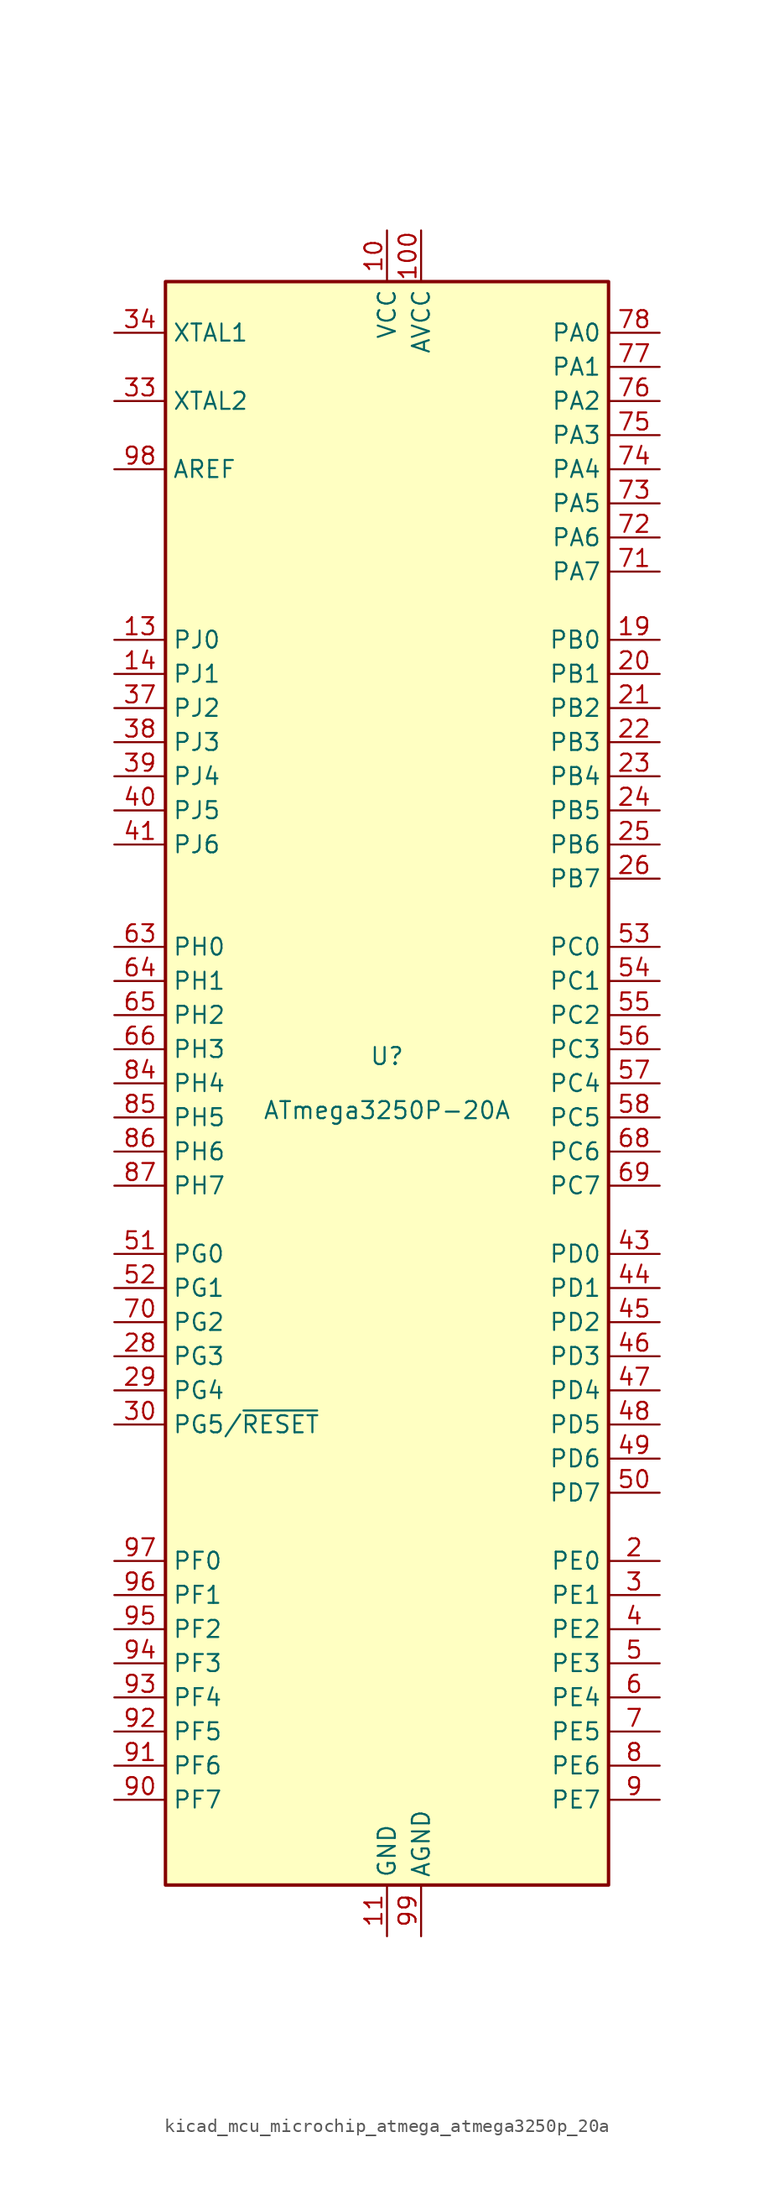
<source format=kicad_sym>
(kicad_symbol_lib
  (version 20220914)
  (generator kicad_symbol_editor)
  (symbol "kicad_mcu_microchip_atmega_atmega3250p_20a"
    (property "Reference" "U"
      (at 0 1.27 0)
      (effects (font (size 1.27 1.27)) (justify bottom)))
    (property "Value" "ATmega3250P-20A"
      (at 0 -1.27 0)
      (effects (font (size 1.27 1.27)) (justify top)))
    (symbol "kicad_mcu_microchip_atmega_atmega3250p_20a_0_1"
      (rectangle (start -16.51 -59.69) (end 16.51 59.69) (stroke (width 0.254) (type default)) (fill (type background))))
    (symbol "kicad_mcu_microchip_atmega_atmega3250p_20a_1_1"
      (pin no_connect line (at -15.24 40.64 0) (length 2.54) hide (name "NC" (effects (font (size 1.27 1.27)))) (number "1" (effects (font (size 1.27 1.27)))))
      (pin power_in line (at 0 63.5 270) (length 3.81) (name "VCC" (effects (font (size 1.27 1.27)))) (number "10" (effects (font (size 1.27 1.27)))))
      (pin power_in line (at 2.54 63.5 270) (length 3.81) (name "AVCC" (effects (font (size 1.27 1.27)))) (number "100" (effects (font (size 1.27 1.27)))))
      (pin power_in line (at 0 -63.5 90) (length 3.81) (name "GND" (effects (font (size 1.27 1.27)))) (number "11" (effects (font (size 1.27 1.27)))))
      (pin no_connect line (at -15.24 38.1 0) (length 2.54) hide (name "NC" (effects (font (size 1.27 1.27)))) (number "12" (effects (font (size 1.27 1.27)))))
      (pin bidirectional line (at -20.32 33.02 0) (length 3.81) (name "PJ0" (effects (font (size 1.27 1.27)))) (number "13" (effects (font (size 1.27 1.27)))))
      (pin bidirectional line (at -20.32 30.48 0) (length 3.81) (name "PJ1" (effects (font (size 1.27 1.27)))) (number "14" (effects (font (size 1.27 1.27)))))
      (pin no_connect line (at -15.24 35.56 0) (length 2.54) hide (name "NC" (effects (font (size 1.27 1.27)))) (number "15" (effects (font (size 1.27 1.27)))))
      (pin no_connect line (at -15.24 15.24 0) (length 2.54) hide (name "NC" (effects (font (size 1.27 1.27)))) (number "16" (effects (font (size 1.27 1.27)))))
      (pin no_connect line (at -15.24 12.7 0) (length 2.54) hide (name "NC" (effects (font (size 1.27 1.27)))) (number "17" (effects (font (size 1.27 1.27)))))
      (pin no_connect line (at -15.24 -10.16 0) (length 2.54) hide (name "NC" (effects (font (size 1.27 1.27)))) (number "18" (effects (font (size 1.27 1.27)))))
      (pin bidirectional line (at 20.32 33.02 180) (length 3.81) (name "PB0" (effects (font (size 1.27 1.27)))) (number "19" (effects (font (size 1.27 1.27)))))
      (pin bidirectional line (at 20.32 -35.56 180) (length 3.81) (name "PE0" (effects (font (size 1.27 1.27)))) (number "2" (effects (font (size 1.27 1.27)))))
      (pin bidirectional line (at 20.32 30.48 180) (length 3.81) (name "PB1" (effects (font (size 1.27 1.27)))) (number "20" (effects (font (size 1.27 1.27)))))
      (pin bidirectional line (at 20.32 27.94 180) (length 3.81) (name "PB2" (effects (font (size 1.27 1.27)))) (number "21" (effects (font (size 1.27 1.27)))))
      (pin bidirectional line (at 20.32 25.4 180) (length 3.81) (name "PB3" (effects (font (size 1.27 1.27)))) (number "22" (effects (font (size 1.27 1.27)))))
      (pin bidirectional line (at 20.32 22.86 180) (length 3.81) (name "PB4" (effects (font (size 1.27 1.27)))) (number "23" (effects (font (size 1.27 1.27)))))
      (pin bidirectional line (at 20.32 20.32 180) (length 3.81) (name "PB5" (effects (font (size 1.27 1.27)))) (number "24" (effects (font (size 1.27 1.27)))))
      (pin bidirectional line (at 20.32 17.78 180) (length 3.81) (name "PB6" (effects (font (size 1.27 1.27)))) (number "25" (effects (font (size 1.27 1.27)))))
      (pin bidirectional line (at 20.32 15.24 180) (length 3.81) (name "PB7" (effects (font (size 1.27 1.27)))) (number "26" (effects (font (size 1.27 1.27)))))
      (pin no_connect line (at -15.24 -27.94 0) (length 2.54) hide (name "NC" (effects (font (size 1.27 1.27)))) (number "27" (effects (font (size 1.27 1.27)))))
      (pin bidirectional line (at -20.32 -20.32 0) (length 3.81) (name "PG3" (effects (font (size 1.27 1.27)))) (number "28" (effects (font (size 1.27 1.27)))))
      (pin bidirectional line (at -20.32 -22.86 0) (length 3.81) (name "PG4" (effects (font (size 1.27 1.27)))) (number "29" (effects (font (size 1.27 1.27)))))
      (pin bidirectional line (at 20.32 -38.1 180) (length 3.81) (name "PE1" (effects (font (size 1.27 1.27)))) (number "3" (effects (font (size 1.27 1.27)))))
      (pin bidirectional line (at -20.32 -25.4 0) (length 3.81) (name "PG5/~{RESET}" (effects (font (size 1.27 1.27)))) (number "30" (effects (font (size 1.27 1.27)))))
      (pin passive line (at 0 63.5 270) (length 3.81) hide (name "VCC" (effects (font (size 1.27 1.27)))) (number "31" (effects (font (size 1.27 1.27)))))
      (pin passive line (at 0 -63.5 90) (length 3.81) hide (name "GND" (effects (font (size 1.27 1.27)))) (number "32" (effects (font (size 1.27 1.27)))))
      (pin output line (at -20.32 50.8 0) (length 3.81) (name "XTAL2" (effects (font (size 1.27 1.27)))) (number "33" (effects (font (size 1.27 1.27)))))
      (pin input line (at -20.32 55.88 0) (length 3.81) (name "XTAL1" (effects (font (size 1.27 1.27)))) (number "34" (effects (font (size 1.27 1.27)))))
      (pin no_connect line (at -15.24 -30.48 0) (length 2.54) hide (name "NC" (effects (font (size 1.27 1.27)))) (number "35" (effects (font (size 1.27 1.27)))))
      (pin no_connect line (at -15.24 -33.02 0) (length 2.54) hide (name "NC" (effects (font (size 1.27 1.27)))) (number "36" (effects (font (size 1.27 1.27)))))
      (pin bidirectional line (at -20.32 27.94 0) (length 3.81) (name "PJ2" (effects (font (size 1.27 1.27)))) (number "37" (effects (font (size 1.27 1.27)))))
      (pin bidirectional line (at -20.32 25.4 0) (length 3.81) (name "PJ3" (effects (font (size 1.27 1.27)))) (number "38" (effects (font (size 1.27 1.27)))))
      (pin bidirectional line (at -20.32 22.86 0) (length 3.81) (name "PJ4" (effects (font (size 1.27 1.27)))) (number "39" (effects (font (size 1.27 1.27)))))
      (pin bidirectional line (at 20.32 -40.64 180) (length 3.81) (name "PE2" (effects (font (size 1.27 1.27)))) (number "4" (effects (font (size 1.27 1.27)))))
      (pin bidirectional line (at -20.32 20.32 0) (length 3.81) (name "PJ5" (effects (font (size 1.27 1.27)))) (number "40" (effects (font (size 1.27 1.27)))))
      (pin bidirectional line (at -20.32 17.78 0) (length 3.81) (name "PJ6" (effects (font (size 1.27 1.27)))) (number "41" (effects (font (size 1.27 1.27)))))
      (pin no_connect line (at -15.24 -58.42 90) (length 2.54) hide (name "NC" (effects (font (size 1.27 1.27)))) (number "42" (effects (font (size 1.27 1.27)))))
      (pin bidirectional line (at 20.32 -12.7 180) (length 3.81) (name "PD0" (effects (font (size 1.27 1.27)))) (number "43" (effects (font (size 1.27 1.27)))))
      (pin bidirectional line (at 20.32 -15.24 180) (length 3.81) (name "PD1" (effects (font (size 1.27 1.27)))) (number "44" (effects (font (size 1.27 1.27)))))
      (pin bidirectional line (at 20.32 -17.78 180) (length 3.81) (name "PD2" (effects (font (size 1.27 1.27)))) (number "45" (effects (font (size 1.27 1.27)))))
      (pin bidirectional line (at 20.32 -20.32 180) (length 3.81) (name "PD3" (effects (font (size 1.27 1.27)))) (number "46" (effects (font (size 1.27 1.27)))))
      (pin bidirectional line (at 20.32 -22.86 180) (length 3.81) (name "PD4" (effects (font (size 1.27 1.27)))) (number "47" (effects (font (size 1.27 1.27)))))
      (pin bidirectional line (at 20.32 -25.4 180) (length 3.81) (name "PD5" (effects (font (size 1.27 1.27)))) (number "48" (effects (font (size 1.27 1.27)))))
      (pin bidirectional line (at 20.32 -27.94 180) (length 3.81) (name "PD6" (effects (font (size 1.27 1.27)))) (number "49" (effects (font (size 1.27 1.27)))))
      (pin bidirectional line (at 20.32 -43.18 180) (length 3.81) (name "PE3" (effects (font (size 1.27 1.27)))) (number "5" (effects (font (size 1.27 1.27)))))
      (pin bidirectional line (at 20.32 -30.48 180) (length 3.81) (name "PD7" (effects (font (size 1.27 1.27)))) (number "50" (effects (font (size 1.27 1.27)))))
      (pin bidirectional line (at -20.32 -12.7 0) (length 3.81) (name "PG0" (effects (font (size 1.27 1.27)))) (number "51" (effects (font (size 1.27 1.27)))))
      (pin bidirectional line (at -20.32 -15.24 0) (length 3.81) (name "PG1" (effects (font (size 1.27 1.27)))) (number "52" (effects (font (size 1.27 1.27)))))
      (pin bidirectional line (at 20.32 10.16 180) (length 3.81) (name "PC0" (effects (font (size 1.27 1.27)))) (number "53" (effects (font (size 1.27 1.27)))))
      (pin bidirectional line (at 20.32 7.62 180) (length 3.81) (name "PC1" (effects (font (size 1.27 1.27)))) (number "54" (effects (font (size 1.27 1.27)))))
      (pin bidirectional line (at 20.32 5.08 180) (length 3.81) (name "PC2" (effects (font (size 1.27 1.27)))) (number "55" (effects (font (size 1.27 1.27)))))
      (pin bidirectional line (at 20.32 2.54 180) (length 3.81) (name "PC3" (effects (font (size 1.27 1.27)))) (number "56" (effects (font (size 1.27 1.27)))))
      (pin bidirectional line (at 20.32 0 180) (length 3.81) (name "PC4" (effects (font (size 1.27 1.27)))) (number "57" (effects (font (size 1.27 1.27)))))
      (pin bidirectional line (at 20.32 -2.54 180) (length 3.81) (name "PC5" (effects (font (size 1.27 1.27)))) (number "58" (effects (font (size 1.27 1.27)))))
      (pin no_connect line (at -12.7 -58.42 90) (length 2.54) hide (name "NC" (effects (font (size 1.27 1.27)))) (number "59" (effects (font (size 1.27 1.27)))))
      (pin bidirectional line (at 20.32 -45.72 180) (length 3.81) (name "PE4" (effects (font (size 1.27 1.27)))) (number "6" (effects (font (size 1.27 1.27)))))
      (pin no_connect line (at -10.16 -58.42 90) (length 2.54) hide (name "NC" (effects (font (size 1.27 1.27)))) (number "60" (effects (font (size 1.27 1.27)))))
      (pin no_connect line (at -7.62 -58.42 90) (length 2.54) hide (name "NC" (effects (font (size 1.27 1.27)))) (number "61" (effects (font (size 1.27 1.27)))))
      (pin no_connect line (at -5.08 -58.42 90) (length 2.54) hide (name "NC" (effects (font (size 1.27 1.27)))) (number "62" (effects (font (size 1.27 1.27)))))
      (pin bidirectional line (at -20.32 10.16 0) (length 3.81) (name "PH0" (effects (font (size 1.27 1.27)))) (number "63" (effects (font (size 1.27 1.27)))))
      (pin bidirectional line (at -20.32 7.62 0) (length 3.81) (name "PH1" (effects (font (size 1.27 1.27)))) (number "64" (effects (font (size 1.27 1.27)))))
      (pin bidirectional line (at -20.32 5.08 0) (length 3.81) (name "PH2" (effects (font (size 1.27 1.27)))) (number "65" (effects (font (size 1.27 1.27)))))
      (pin bidirectional line (at -20.32 2.54 0) (length 3.81) (name "PH3" (effects (font (size 1.27 1.27)))) (number "66" (effects (font (size 1.27 1.27)))))
      (pin no_connect line (at -2.54 -58.42 90) (length 2.54) hide (name "NC" (effects (font (size 1.27 1.27)))) (number "67" (effects (font (size 1.27 1.27)))))
      (pin bidirectional line (at 20.32 -5.08 180) (length 3.81) (name "PC6" (effects (font (size 1.27 1.27)))) (number "68" (effects (font (size 1.27 1.27)))))
      (pin bidirectional line (at 20.32 -7.62 180) (length 3.81) (name "PC7" (effects (font (size 1.27 1.27)))) (number "69" (effects (font (size 1.27 1.27)))))
      (pin bidirectional line (at 20.32 -48.26 180) (length 3.81) (name "PE5" (effects (font (size 1.27 1.27)))) (number "7" (effects (font (size 1.27 1.27)))))
      (pin bidirectional line (at -20.32 -17.78 0) (length 3.81) (name "PG2" (effects (font (size 1.27 1.27)))) (number "70" (effects (font (size 1.27 1.27)))))
      (pin bidirectional line (at 20.32 38.1 180) (length 3.81) (name "PA7" (effects (font (size 1.27 1.27)))) (number "71" (effects (font (size 1.27 1.27)))))
      (pin bidirectional line (at 20.32 40.64 180) (length 3.81) (name "PA6" (effects (font (size 1.27 1.27)))) (number "72" (effects (font (size 1.27 1.27)))))
      (pin bidirectional line (at 20.32 43.18 180) (length 3.81) (name "PA5" (effects (font (size 1.27 1.27)))) (number "73" (effects (font (size 1.27 1.27)))))
      (pin bidirectional line (at 20.32 45.72 180) (length 3.81) (name "PA4" (effects (font (size 1.27 1.27)))) (number "74" (effects (font (size 1.27 1.27)))))
      (pin bidirectional line (at 20.32 48.26 180) (length 3.81) (name "PA3" (effects (font (size 1.27 1.27)))) (number "75" (effects (font (size 1.27 1.27)))))
      (pin bidirectional line (at 20.32 50.8 180) (length 3.81) (name "PA2" (effects (font (size 1.27 1.27)))) (number "76" (effects (font (size 1.27 1.27)))))
      (pin bidirectional line (at 20.32 53.34 180) (length 3.81) (name "PA1" (effects (font (size 1.27 1.27)))) (number "77" (effects (font (size 1.27 1.27)))))
      (pin bidirectional line (at 20.32 55.88 180) (length 3.81) (name "PA0" (effects (font (size 1.27 1.27)))) (number "78" (effects (font (size 1.27 1.27)))))
      (pin no_connect line (at 5.08 -58.42 90) (length 2.54) hide (name "NC" (effects (font (size 1.27 1.27)))) (number "79" (effects (font (size 1.27 1.27)))))
      (pin bidirectional line (at 20.32 -50.8 180) (length 3.81) (name "PE6" (effects (font (size 1.27 1.27)))) (number "8" (effects (font (size 1.27 1.27)))))
      (pin passive line (at 0 63.5 270) (length 3.81) hide (name "VCC" (effects (font (size 1.27 1.27)))) (number "80" (effects (font (size 1.27 1.27)))))
      (pin passive line (at 0 -63.5 90) (length 3.81) hide (name "GND" (effects (font (size 1.27 1.27)))) (number "81" (effects (font (size 1.27 1.27)))))
      (pin no_connect line (at 7.62 -58.42 90) (length 2.54) hide (name "NC" (effects (font (size 1.27 1.27)))) (number "82" (effects (font (size 1.27 1.27)))))
      (pin no_connect line (at 10.16 -58.42 90) (length 2.54) hide (name "NC" (effects (font (size 1.27 1.27)))) (number "83" (effects (font (size 1.27 1.27)))))
      (pin bidirectional line (at -20.32 0 0) (length 3.81) (name "PH4" (effects (font (size 1.27 1.27)))) (number "84" (effects (font (size 1.27 1.27)))))
      (pin bidirectional line (at -20.32 -2.54 0) (length 3.81) (name "PH5" (effects (font (size 1.27 1.27)))) (number "85" (effects (font (size 1.27 1.27)))))
      (pin bidirectional line (at -20.32 -5.08 0) (length 3.81) (name "PH6" (effects (font (size 1.27 1.27)))) (number "86" (effects (font (size 1.27 1.27)))))
      (pin bidirectional line (at -20.32 -7.62 0) (length 3.81) (name "PH7" (effects (font (size 1.27 1.27)))) (number "87" (effects (font (size 1.27 1.27)))))
      (pin no_connect line (at 12.7 -58.42 90) (length 2.54) hide (name "NC" (effects (font (size 1.27 1.27)))) (number "88" (effects (font (size 1.27 1.27)))))
      (pin no_connect line (at 15.24 -58.42 90) (length 2.54) hide (name "NC" (effects (font (size 1.27 1.27)))) (number "89" (effects (font (size 1.27 1.27)))))
      (pin bidirectional line (at 20.32 -53.34 180) (length 3.81) (name "PE7" (effects (font (size 1.27 1.27)))) (number "9" (effects (font (size 1.27 1.27)))))
      (pin bidirectional line (at -20.32 -53.34 0) (length 3.81) (name "PF7" (effects (font (size 1.27 1.27)))) (number "90" (effects (font (size 1.27 1.27)))))
      (pin bidirectional line (at -20.32 -50.8 0) (length 3.81) (name "PF6" (effects (font (size 1.27 1.27)))) (number "91" (effects (font (size 1.27 1.27)))))
      (pin bidirectional line (at -20.32 -48.26 0) (length 3.81) (name "PF5" (effects (font (size 1.27 1.27)))) (number "92" (effects (font (size 1.27 1.27)))))
      (pin bidirectional line (at -20.32 -45.72 0) (length 3.81) (name "PF4" (effects (font (size 1.27 1.27)))) (number "93" (effects (font (size 1.27 1.27)))))
      (pin bidirectional line (at -20.32 -43.18 0) (length 3.81) (name "PF3" (effects (font (size 1.27 1.27)))) (number "94" (effects (font (size 1.27 1.27)))))
      (pin bidirectional line (at -20.32 -40.64 0) (length 3.81) (name "PF2" (effects (font (size 1.27 1.27)))) (number "95" (effects (font (size 1.27 1.27)))))
      (pin bidirectional line (at -20.32 -38.1 0) (length 3.81) (name "PF1" (effects (font (size 1.27 1.27)))) (number "96" (effects (font (size 1.27 1.27)))))
      (pin bidirectional line (at -20.32 -35.56 0) (length 3.81) (name "PF0" (effects (font (size 1.27 1.27)))) (number "97" (effects (font (size 1.27 1.27)))))
      (pin passive line (at -20.32 45.72 0) (length 3.81) (name "AREF" (effects (font (size 1.27 1.27)))) (number "98" (effects (font (size 1.27 1.27)))))
      (pin power_in line (at 2.54 -63.5 90) (length 3.81) (name "AGND" (effects (font (size 1.27 1.27)))) (number "99" (effects (font (size 1.27 1.27))))))))
</source>
